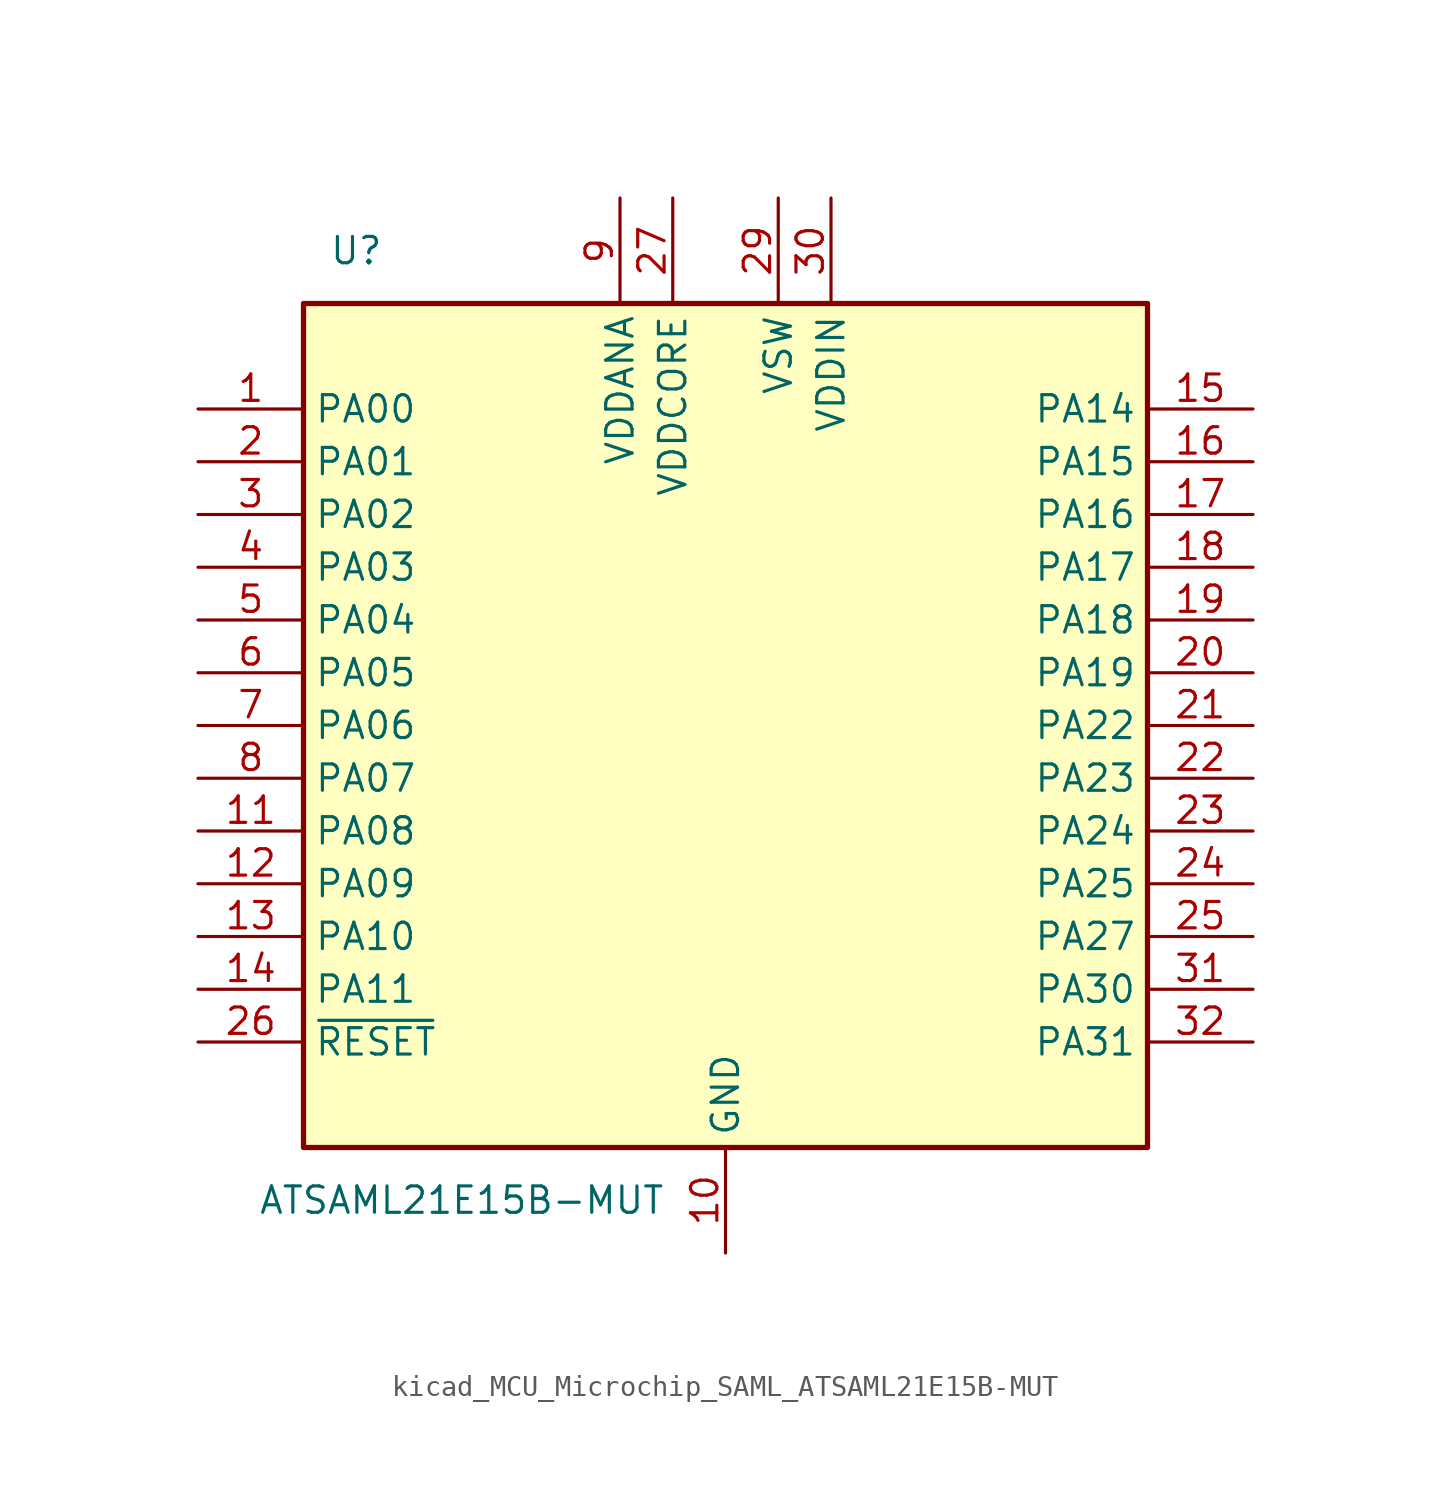
<source format=kicad_sym>
(kicad_symbol_lib
  (version 20220914)
  (generator kicad_symbol_editor)
  (symbol "kicad_MCU_Microchip_SAML_ATSAML21E15B-MUT"
    (property "Reference" "U"
      (at -17.78 22.86 0)
      (effects (font (size 1.27 1.27))))
    (property "Value" "ATSAML21E15B-MUT"
      (at -12.7 -22.86 0)
      (effects (font (size 1.27 1.27))))
    (symbol "kicad_MCU_Microchip_SAML_ATSAML21E15B-MUT_0_1"
      (rectangle (start -20.32 20.32) (end 20.32 -20.32) (stroke (width 0.254) (type default)) (fill (type background))))
    (symbol "kicad_MCU_Microchip_SAML_ATSAML21E15B-MUT_1_1"
      (pin bidirectional line (at -25.4 15.24 0) (length 5.08) (name "PA00" (effects (font (size 1.27 1.27)))) (number "1" (effects (font (size 1.27 1.27)))))
      (pin power_in line (at 0 -25.4 90) (length 5.08) (name "GND" (effects (font (size 1.27 1.27)))) (number "10" (effects (font (size 1.27 1.27)))))
      (pin bidirectional line (at -25.4 -5.08 0) (length 5.08) (name "PA08" (effects (font (size 1.27 1.27)))) (number "11" (effects (font (size 1.27 1.27)))))
      (pin bidirectional line (at -25.4 -7.62 0) (length 5.08) (name "PA09" (effects (font (size 1.27 1.27)))) (number "12" (effects (font (size 1.27 1.27)))))
      (pin bidirectional line (at -25.4 -10.16 0) (length 5.08) (name "PA10" (effects (font (size 1.27 1.27)))) (number "13" (effects (font (size 1.27 1.27)))))
      (pin bidirectional line (at -25.4 -12.7 0) (length 5.08) (name "PA11" (effects (font (size 1.27 1.27)))) (number "14" (effects (font (size 1.27 1.27)))))
      (pin bidirectional line (at 25.4 15.24 180) (length 5.08) (name "PA14" (effects (font (size 1.27 1.27)))) (number "15" (effects (font (size 1.27 1.27)))))
      (pin bidirectional line (at 25.4 12.7 180) (length 5.08) (name "PA15" (effects (font (size 1.27 1.27)))) (number "16" (effects (font (size 1.27 1.27)))))
      (pin bidirectional line (at 25.4 10.16 180) (length 5.08) (name "PA16" (effects (font (size 1.27 1.27)))) (number "17" (effects (font (size 1.27 1.27)))))
      (pin bidirectional line (at 25.4 7.62 180) (length 5.08) (name "PA17" (effects (font (size 1.27 1.27)))) (number "18" (effects (font (size 1.27 1.27)))))
      (pin bidirectional line (at 25.4 5.08 180) (length 5.08) (name "PA18" (effects (font (size 1.27 1.27)))) (number "19" (effects (font (size 1.27 1.27)))))
      (pin bidirectional line (at -25.4 12.7 0) (length 5.08) (name "PA01" (effects (font (size 1.27 1.27)))) (number "2" (effects (font (size 1.27 1.27)))))
      (pin bidirectional line (at 25.4 2.54 180) (length 5.08) (name "PA19" (effects (font (size 1.27 1.27)))) (number "20" (effects (font (size 1.27 1.27)))))
      (pin bidirectional line (at 25.4 0 180) (length 5.08) (name "PA22" (effects (font (size 1.27 1.27)))) (number "21" (effects (font (size 1.27 1.27)))))
      (pin bidirectional line (at 25.4 -2.54 180) (length 5.08) (name "PA23" (effects (font (size 1.27 1.27)))) (number "22" (effects (font (size 1.27 1.27)))))
      (pin bidirectional line (at 25.4 -5.08 180) (length 5.08) (name "PA24" (effects (font (size 1.27 1.27)))) (number "23" (effects (font (size 1.27 1.27)))))
      (pin bidirectional line (at 25.4 -7.62 180) (length 5.08) (name "PA25" (effects (font (size 1.27 1.27)))) (number "24" (effects (font (size 1.27 1.27)))))
      (pin bidirectional line (at 25.4 -10.16 180) (length 5.08) (name "PA27" (effects (font (size 1.27 1.27)))) (number "25" (effects (font (size 1.27 1.27)))))
      (pin input line (at -25.4 -15.24 0) (length 5.08) (name "~{RESET}" (effects (font (size 1.27 1.27)))) (number "26" (effects (font (size 1.27 1.27)))))
      (pin power_in line (at -2.54 25.4 270) (length 5.08) (name "VDDCORE" (effects (font (size 1.27 1.27)))) (number "27" (effects (font (size 1.27 1.27)))))
      (pin passive line (at 0 -25.4 90) (length 5.08) hide (name "GND" (effects (font (size 1.27 1.27)))) (number "28" (effects (font (size 1.27 1.27)))))
      (pin power_out line (at 2.54 25.4 270) (length 5.08) (name "VSW" (effects (font (size 1.27 1.27)))) (number "29" (effects (font (size 1.27 1.27)))))
      (pin bidirectional line (at -25.4 10.16 0) (length 5.08) (name "PA02" (effects (font (size 1.27 1.27)))) (number "3" (effects (font (size 1.27 1.27)))))
      (pin power_in line (at 5.08 25.4 270) (length 5.08) (name "VDDIN" (effects (font (size 1.27 1.27)))) (number "30" (effects (font (size 1.27 1.27)))))
      (pin bidirectional line (at 25.4 -12.7 180) (length 5.08) (name "PA30" (effects (font (size 1.27 1.27)))) (number "31" (effects (font (size 1.27 1.27)))))
      (pin bidirectional line (at 25.4 -15.24 180) (length 5.08) (name "PA31" (effects (font (size 1.27 1.27)))) (number "32" (effects (font (size 1.27 1.27)))))
      (pin bidirectional line (at -25.4 7.62 0) (length 5.08) (name "PA03" (effects (font (size 1.27 1.27)))) (number "4" (effects (font (size 1.27 1.27)))))
      (pin bidirectional line (at -25.4 5.08 0) (length 5.08) (name "PA04" (effects (font (size 1.27 1.27)))) (number "5" (effects (font (size 1.27 1.27)))))
      (pin bidirectional line (at -25.4 2.54 0) (length 5.08) (name "PA05" (effects (font (size 1.27 1.27)))) (number "6" (effects (font (size 1.27 1.27)))))
      (pin bidirectional line (at -25.4 0 0) (length 5.08) (name "PA06" (effects (font (size 1.27 1.27)))) (number "7" (effects (font (size 1.27 1.27)))))
      (pin bidirectional line (at -25.4 -2.54 0) (length 5.08) (name "PA07" (effects (font (size 1.27 1.27)))) (number "8" (effects (font (size 1.27 1.27)))))
      (pin power_in line (at -5.08 25.4 270) (length 5.08) (name "VDDANA" (effects (font (size 1.27 1.27)))) (number "9" (effects (font (size 1.27 1.27))))))))
</source>
